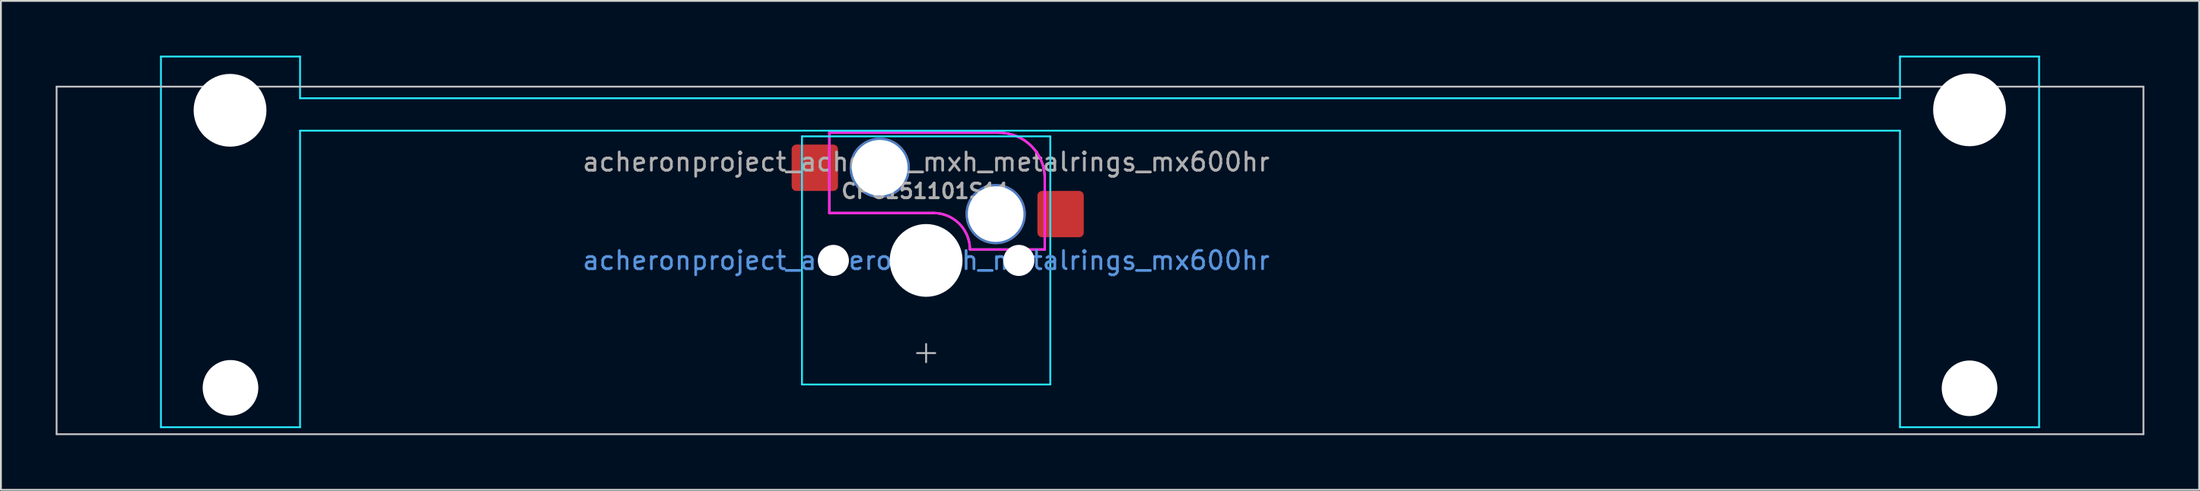
<source format=kicad_pcb>
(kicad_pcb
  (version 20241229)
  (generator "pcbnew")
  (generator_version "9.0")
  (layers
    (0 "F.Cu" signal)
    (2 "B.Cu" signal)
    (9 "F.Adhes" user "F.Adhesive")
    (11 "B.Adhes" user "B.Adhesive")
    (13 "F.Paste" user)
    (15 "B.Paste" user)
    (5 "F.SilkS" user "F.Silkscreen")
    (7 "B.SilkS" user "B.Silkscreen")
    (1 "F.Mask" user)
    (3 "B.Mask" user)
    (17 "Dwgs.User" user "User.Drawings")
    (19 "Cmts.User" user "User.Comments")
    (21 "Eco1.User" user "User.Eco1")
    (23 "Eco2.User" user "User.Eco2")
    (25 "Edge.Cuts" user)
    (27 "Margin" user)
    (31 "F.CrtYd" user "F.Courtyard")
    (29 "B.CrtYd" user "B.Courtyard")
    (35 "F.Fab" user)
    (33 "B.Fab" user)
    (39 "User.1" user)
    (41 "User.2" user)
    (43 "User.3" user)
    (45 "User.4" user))
  (footprint "acheronproject_acheron_mxh_metalrings_mx600hr"
    (layer "F.Cu")
    (at 47.675 11.226)
    (property "Reference" "acheronproject_acheron_mxh_metalrings_mx600hr" (at 0 0 0) (layer "Cmts.User") (effects (font (size 1 1) (thickness 0.15))))
    (attr smd)
    (fp_line (start -47.625 -9.525) (end -47.625 9.525) (stroke (width 0.1) (type solid)) (layer "Dwgs.User"))
    (fp_line (start -47.625 -9.525) (end 66.675 -9.525) (stroke (width 0.1) (type solid)) (layer "Dwgs.User"))
    (fp_line (start -47.625 9.525) (end 66.675 9.525) (stroke (width 0.1) (type solid)) (layer "Dwgs.User"))
    (fp_line (start -0.5 5.08) (end 0.5 5.08) (stroke (width 0.1) (type solid)) (layer "Dwgs.User"))
    (fp_line (start 0 5.58) (end 0 4.58) (stroke (width 0.1) (type solid)) (layer "Dwgs.User"))
    (fp_line (start 66.675 -9.525) (end 66.675 9.525) (stroke (width 0.1) (type solid)) (layer "Dwgs.User"))
    (fp_line (start -41.6 -8.515) (end -41.6 5.485) (stroke (width 0.1) (type solid)) (layer "Eco1.User"))
    (fp_line (start -41.1 -9.015) (end -35.1 -9.015) (stroke (width 0.1) (type solid)) (layer "Eco1.User"))
    (fp_line (start -35.1 5.985) (end -41.1 5.985) (stroke (width 0.1) (type solid)) (layer "Eco1.User"))
    (fp_line (start -34.6 5.485) (end -34.6 -8.515) (stroke (width 0.1) (type solid)) (layer "Eco1.User"))
    (fp_line (start -7 -6.5) (end -7 6.5) (stroke (width 0.1) (type solid)) (layer "Eco1.User"))
    (fp_line (start -6.5 7) (end 6.5 7) (stroke (width 0.1) (type solid)) (layer "Eco1.User"))
    (fp_line (start 6.5 -7) (end -6.5 -7) (stroke (width 0.1) (type solid)) (layer "Eco1.User"))
    (fp_line (start 7 6.5) (end 7 -6.5) (stroke (width 0.1) (type solid)) (layer "Eco1.User"))
    (fp_line (start 53.65 -8.515) (end 53.65 5.485) (stroke (width 0.1) (type solid)) (layer "Eco1.User"))
    (fp_line (start 54.15 -9.015) (end 60.15 -9.015) (stroke (width 0.1) (type solid)) (layer "Eco1.User"))
    (fp_line (start 60.15 5.985) (end 54.15 5.985) (stroke (width 0.1) (type solid)) (layer "Eco1.User"))
    (fp_line (start 60.65 5.485) (end 60.65 -8.515) (stroke (width 0.1) (type solid)) (layer "Eco1.User"))
    (fp_arc (start -41.6 -8.515) (mid -41.453553 -8.868553) (end -41.1 -9.015) (stroke (width 0.1) (type solid)) (layer "Eco1.User"))
    (fp_arc (start -41.1 5.985) (mid -41.453553 5.838553) (end -41.6 5.485) (stroke (width 0.1) (type solid)) (layer "Eco1.User"))
    (fp_arc (start -35.1 -9.015) (mid -34.746447 -8.868553) (end -34.6 -8.515) (stroke (width 0.1) (type solid)) (layer "Eco1.User"))
    (fp_arc (start -34.6 5.485) (mid -34.746447 5.838553) (end -35.1 5.985) (stroke (width 0.1) (type solid)) (layer "Eco1.User"))
    (fp_arc (start -7 -6.5) (mid -6.853553 -6.853553) (end -6.5 -7) (stroke (width 0.1) (type solid)) (layer "Eco1.User"))
    (fp_arc (start -6.5 7) (mid -6.853553 6.853553) (end -7 6.5) (stroke (width 0.1) (type solid)) (layer "Eco1.User"))
    (fp_arc (start 6.5 -7) (mid 6.853553 -6.853553) (end 7 -6.5) (stroke (width 0.1) (type solid)) (layer "Eco1.User"))
    (fp_arc (start 7 6.5) (mid 6.853553 6.853553) (end 6.5 7) (stroke (width 0.1) (type solid)) (layer "Eco1.User"))
    (fp_arc (start 53.65 -8.515) (mid 53.796447 -8.868553) (end 54.15 -9.015) (stroke (width 0.1) (type solid)) (layer "Eco1.User"))
    (fp_arc (start 54.15 5.985) (mid 53.796447 5.838553) (end 53.65 5.485) (stroke (width 0.1) (type solid)) (layer "Eco1.User"))
    (fp_arc (start 60.15 -9.015) (mid 60.503553 -8.868553) (end 60.65 -8.515) (stroke (width 0.1) (type solid)) (layer "Eco1.User"))
    (fp_arc (start 60.65 5.485) (mid 60.503553 5.838553) (end 60.15 5.985) (stroke (width 0.1) (type solid)) (layer "Eco1.User"))
    (fp_line (start -41.91 -11.176) (end -34.29 -11.176) (stroke (width 0.1) (type solid)) (layer "B.CrtYd"))
    (fp_line (start -41.91 9.144) (end -41.91 -11.176) (stroke (width 0.1) (type solid)) (layer "B.CrtYd"))
    (fp_line (start -41.91 9.144) (end -34.29 9.144) (stroke (width 0.1) (type solid)) (layer "B.CrtYd"))
    (fp_line (start -34.29 -8.89) (end -34.29 -11.176) (stroke (width 0.1) (type solid)) (layer "B.CrtYd"))
    (fp_line (start -34.29 -7.112) (end -34.29 9.144) (stroke (width 0.1) (type solid)) (layer "B.CrtYd"))
    (fp_line (start -6.8 -6.8) (end -6.8 6.8) (stroke (width 0.1) (type solid)) (layer "B.CrtYd"))
    (fp_line (start 6.8 -6.8) (end -6.8 -6.8) (stroke (width 0.1) (type solid)) (layer "B.CrtYd"))
    (fp_line (start 6.8 -6.8) (end 6.8 6.8) (stroke (width 0.1) (type solid)) (layer "B.CrtYd"))
    (fp_line (start 6.8 6.8) (end -6.8 6.8) (stroke (width 0.1) (type solid)) (layer "B.CrtYd"))
    (fp_line (start 53.34 -8.89) (end -34.29 -8.89) (stroke (width 0.1) (type solid)) (layer "B.CrtYd"))
    (fp_line (start 53.34 -8.89) (end 53.34 -11.176) (stroke (width 0.1) (type solid)) (layer "B.CrtYd"))
    (fp_line (start 53.34 -7.112) (end -34.29 -7.112) (stroke (width 0.1) (type solid)) (layer "B.CrtYd"))
    (fp_line (start 53.34 -7.112) (end 53.34 9.144) (stroke (width 0.1) (type solid)) (layer "B.CrtYd"))
    (fp_line (start 60.96 -11.176) (end 53.34 -11.176) (stroke (width 0.1) (type solid)) (layer "B.CrtYd"))
    (fp_line (start 60.96 9.144) (end 53.34 9.144) (stroke (width 0.1) (type solid)) (layer "B.CrtYd"))
    (fp_line (start 60.96 9.144) (end 60.96 -11.176) (stroke (width 0.1) (type solid)) (layer "B.CrtYd"))
    (fp_line (start -5.3 -7) (end -5.3 -2.6) (stroke (width 0.127) (type solid)) (layer "F.CrtYd"))
    (fp_line (start -5.2 -7) (end -5.3 -7) (stroke (width 0.12) (type solid)) (layer "F.CrtYd"))
    (fp_line (start 0.4 -2.6) (end -5.3 -2.6) (stroke (width 0.127) (type solid)) (layer "F.CrtYd"))
    (fp_line (start 4 -7) (end -5.2 -7) (stroke (width 0.12) (type solid)) (layer "F.CrtYd"))
    (fp_line (start 6.5 -4.5) (end 6.5 -0.6) (stroke (width 0.127) (type solid)) (layer "F.CrtYd"))
    (fp_line (start 6.5 -0.6) (end 2.4 -0.6) (stroke (width 0.12) (type solid)) (layer "F.CrtYd"))
    (fp_arc (start 0.4 -2.6) (mid 1.814214 -2.014214) (end 2.4 -0.6) (stroke (width 0.127) (type solid)) (layer "F.CrtYd"))
    (fp_arc (start 4 -7) (mid 5.767767 -6.267767) (end 6.5 -4.5) (stroke (width 0.127) (type solid)) (layer "F.CrtYd"))
    (fp_line (start -5.3 -7) (end -5.3 -2.6) (stroke (width 0.127) (type solid)) (layer "F.Fab"))
    (fp_line (start -5.3 -7) (end 4 -7) (stroke (width 0.127) (type solid)) (layer "F.Fab"))
    (fp_line (start -0.5 0) (end 0.5 0) (stroke (width 0.1) (type solid)) (layer "F.Fab"))
    (fp_line (start 0 0.5) (end 0 -0.5) (stroke (width 0.1) (type solid)) (layer "F.Fab"))
    (fp_line (start 0.4 -2.6) (end -5.3 -2.6) (stroke (width 0.127) (type solid)) (layer "F.Fab"))
    (fp_line (start 6.5 -4.5) (end 6.5 -0.6) (stroke (width 0.127) (type solid)) (layer "F.Fab"))
    (fp_line (start 6.5 -0.6) (end 2.4 -0.6) (stroke (width 0.127) (type solid)) (layer "F.Fab"))
    (fp_arc (start 0.400001 -2.600001) (mid 1.814214 -2.014214) (end 2.4 -0.6) (stroke (width 0.127) (type solid)) (layer "F.Fab"))
    (fp_arc (start 4.000001 -7.000001) (mid 5.767768 -6.267767) (end 6.5 -4.5) (stroke (width 0.127) (type solid)) (layer "F.Fab"))
    (fp_text user "CPG151101S11" (at 0 -3.8 0) (unlocked yes) (layer "F.Fab") (effects (font (size 0.8 0.8) (thickness 0.16))))
    (fp_text user "${REFERENCE}" (at 0 -5.4 0) (layer "F.Fab") (effects (font (size 1 1) (thickness 0.15))))
    (pad "" np_thru_hole circle (at -38.125 -8.23 180) (size 3.988 3.988) (drill 3.988) (layers "*.Cu" "*.Mask"))
    (pad "" np_thru_hole circle (at -38.1 6.985 180) (size 3.048 3.048) (drill 3.048) (layers "*.Cu" "*.Mask"))
    (pad "" np_thru_hole circle (at -5.08 0) (size 1.702 1.702) (drill 1.702) (layers "*.Cu" "*.Mask"))
    (pad "" np_thru_hole circle (at -2.54 -5.08) (size 3.302 3.302) (drill 3.048) (layers "*.Cu" "*.Mask"))
    (pad "" np_thru_hole circle (at 0 0) (size 3.988 3.988) (drill 3.988) (layers "*.Cu" "*.Mask"))
    (pad "" np_thru_hole circle (at 3.81 -2.54) (size 3.302 3.302) (drill 3.048) (layers "*.Cu" "*.Mask"))
    (pad "" np_thru_hole circle (at 5.08 0) (size 1.702 1.702) (drill 1.702) (layers "*.Cu" "*.Mask"))
    (pad "" np_thru_hole circle (at 57.15 -8.255 180) (size 3.988 3.988) (drill 3.988) (layers "*.Cu" "*.Mask"))
    (pad "" np_thru_hole circle (at 57.15 7.01 180) (size 3.048 3.048) (drill 3.048) (layers "*.Cu" "*.Mask"))
    (pad "1" smd roundrect (at -6.096 -5.08) (size 2.54 2.54) (layers "F.Cu" "F.Mask") (roundrect_rratio 0.1))
    (pad "2" smd roundrect (at 7.366 -2.54) (size 2.54 2.54) (layers "F.Cu" "F.Mask") (roundrect_rratio 0.1)))
  (gr_rect
    (start -3 -3)
    (end 117.4 23.801)
    (stroke (width 0.1) (type default))
    (fill no)
    (layer "Edge.Cuts")))
</source>
